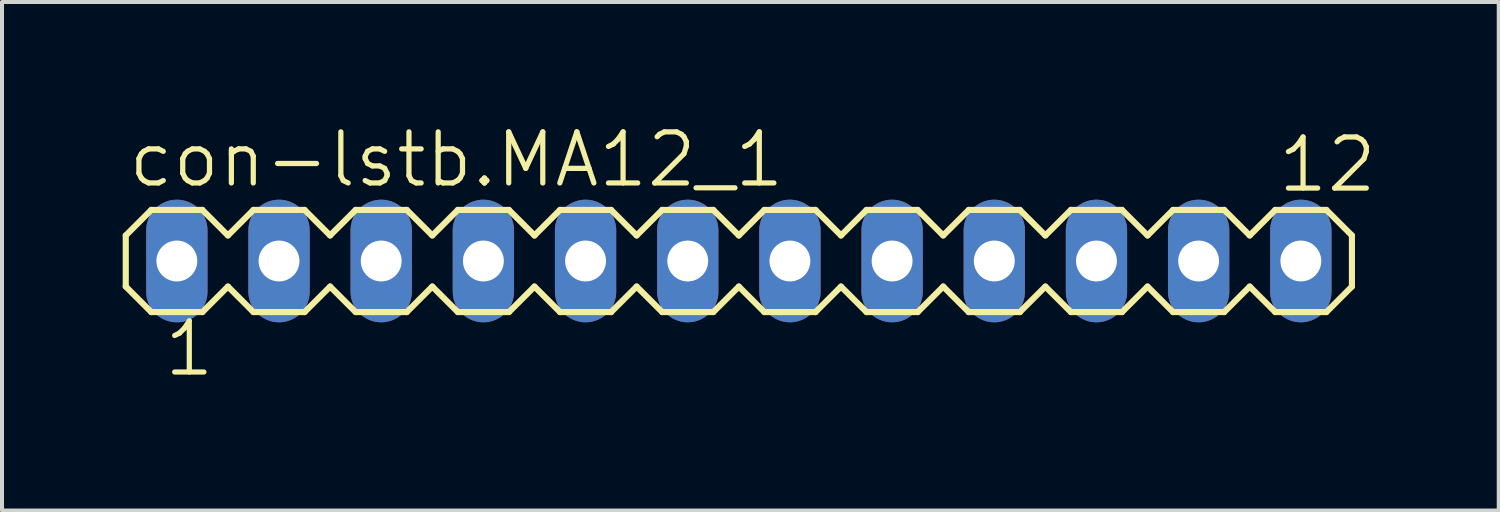
<source format=kicad_pcb>
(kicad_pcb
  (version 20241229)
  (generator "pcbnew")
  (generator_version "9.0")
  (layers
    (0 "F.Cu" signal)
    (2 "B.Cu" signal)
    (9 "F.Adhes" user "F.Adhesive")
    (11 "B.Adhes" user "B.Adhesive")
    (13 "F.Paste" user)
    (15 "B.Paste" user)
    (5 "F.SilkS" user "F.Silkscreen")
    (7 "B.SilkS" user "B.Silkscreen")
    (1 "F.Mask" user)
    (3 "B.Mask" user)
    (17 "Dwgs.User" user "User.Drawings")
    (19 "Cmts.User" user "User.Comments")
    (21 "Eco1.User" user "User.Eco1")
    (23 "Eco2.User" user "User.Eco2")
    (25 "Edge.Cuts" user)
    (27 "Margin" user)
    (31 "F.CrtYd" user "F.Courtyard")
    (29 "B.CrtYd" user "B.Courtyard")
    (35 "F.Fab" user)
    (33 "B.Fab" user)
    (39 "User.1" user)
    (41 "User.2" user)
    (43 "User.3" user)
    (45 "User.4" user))
  (footprint "con-lstb.MA12_1"
    (layer "F.Cu")
    (at 15.316 3.438)
    (property "Reference" "con-lstb.MA12_1" (at -15.24 -1.778 0) (layer "F.SilkS") (effects (font (size 1.27 1.27) (thickness 0.13)) (justify left bottom)))
    (attr through_hole)
    (fp_line (start -15.24 -0.635) (end -15.24 0.635) (stroke (width 0.152) (type default)) (layer "F.SilkS"))
    (fp_line (start -15.24 0.635) (end -14.605 1.27) (stroke (width 0.152) (type default)) (layer "F.SilkS"))
    (fp_line (start -14.605 -1.27) (end -15.24 -0.635) (stroke (width 0.152) (type default)) (layer "F.SilkS"))
    (fp_line (start -14.605 -1.27) (end -13.335 -1.27) (stroke (width 0.152) (type default)) (layer "F.SilkS"))
    (fp_line (start -13.335 -1.27) (end -12.7 -0.635) (stroke (width 0.152) (type default)) (layer "F.SilkS"))
    (fp_line (start -13.335 1.27) (end -14.605 1.27) (stroke (width 0.152) (type default)) (layer "F.SilkS"))
    (fp_line (start -12.7 -0.635) (end -12.065 -1.27) (stroke (width 0.152) (type default)) (layer "F.SilkS"))
    (fp_line (start -12.7 0.635) (end -13.335 1.27) (stroke (width 0.152) (type default)) (layer "F.SilkS"))
    (fp_line (start -12.065 -1.27) (end -10.795 -1.27) (stroke (width 0.152) (type default)) (layer "F.SilkS"))
    (fp_line (start -12.065 1.27) (end -12.7 0.635) (stroke (width 0.152) (type default)) (layer "F.SilkS"))
    (fp_line (start -10.795 -1.27) (end -10.16 -0.635) (stroke (width 0.152) (type default)) (layer "F.SilkS"))
    (fp_line (start -10.795 1.27) (end -12.065 1.27) (stroke (width 0.152) (type default)) (layer "F.SilkS"))
    (fp_line (start -10.16 -0.635) (end -9.525 -1.27) (stroke (width 0.152) (type default)) (layer "F.SilkS"))
    (fp_line (start -10.16 0.635) (end -10.795 1.27) (stroke (width 0.152) (type default)) (layer "F.SilkS"))
    (fp_line (start -9.525 -1.27) (end -8.255 -1.27) (stroke (width 0.152) (type default)) (layer "F.SilkS"))
    (fp_line (start -9.525 1.27) (end -10.16 0.635) (stroke (width 0.152) (type default)) (layer "F.SilkS"))
    (fp_line (start -8.255 -1.27) (end -7.62 -0.635) (stroke (width 0.152) (type default)) (layer "F.SilkS"))
    (fp_line (start -8.255 1.27) (end -9.525 1.27) (stroke (width 0.152) (type default)) (layer "F.SilkS"))
    (fp_line (start -7.62 0.635) (end -8.255 1.27) (stroke (width 0.152) (type default)) (layer "F.SilkS"))
    (fp_line (start -7.62 0.635) (end -6.985 1.27) (stroke (width 0.152) (type default)) (layer "F.SilkS"))
    (fp_line (start -6.985 -1.27) (end -7.62 -0.635) (stroke (width 0.152) (type default)) (layer "F.SilkS"))
    (fp_line (start -6.985 -1.27) (end -5.715 -1.27) (stroke (width 0.152) (type default)) (layer "F.SilkS"))
    (fp_line (start -5.715 -1.27) (end -5.08 -0.635) (stroke (width 0.152) (type default)) (layer "F.SilkS"))
    (fp_line (start -5.715 1.27) (end -6.985 1.27) (stroke (width 0.152) (type default)) (layer "F.SilkS"))
    (fp_line (start -5.08 -0.635) (end -4.445 -1.27) (stroke (width 0.152) (type default)) (layer "F.SilkS"))
    (fp_line (start -5.08 0.635) (end -5.715 1.27) (stroke (width 0.152) (type default)) (layer "F.SilkS"))
    (fp_line (start -4.445 -1.27) (end -3.175 -1.27) (stroke (width 0.152) (type default)) (layer "F.SilkS"))
    (fp_line (start -4.445 1.27) (end -5.08 0.635) (stroke (width 0.152) (type default)) (layer "F.SilkS"))
    (fp_line (start -3.175 -1.27) (end -2.54 -0.635) (stroke (width 0.152) (type default)) (layer "F.SilkS"))
    (fp_line (start -3.175 1.27) (end -4.445 1.27) (stroke (width 0.152) (type default)) (layer "F.SilkS"))
    (fp_line (start -2.54 -0.635) (end -1.905 -1.27) (stroke (width 0.152) (type default)) (layer "F.SilkS"))
    (fp_line (start -2.54 0.635) (end -3.175 1.27) (stroke (width 0.152) (type default)) (layer "F.SilkS"))
    (fp_line (start -1.905 -1.27) (end -0.635 -1.27) (stroke (width 0.152) (type default)) (layer "F.SilkS"))
    (fp_line (start -1.905 1.27) (end -2.54 0.635) (stroke (width 0.152) (type default)) (layer "F.SilkS"))
    (fp_line (start -0.635 -1.27) (end 0 -0.635) (stroke (width 0.152) (type default)) (layer "F.SilkS"))
    (fp_line (start -0.635 1.27) (end -1.905 1.27) (stroke (width 0.152) (type default)) (layer "F.SilkS"))
    (fp_line (start 0 0.635) (end -0.635 1.27) (stroke (width 0.152) (type default)) (layer "F.SilkS"))
    (fp_line (start 0 0.635) (end 0.635 1.27) (stroke (width 0.152) (type default)) (layer "F.SilkS"))
    (fp_line (start 0.635 -1.27) (end 0 -0.635) (stroke (width 0.152) (type default)) (layer "F.SilkS"))
    (fp_line (start 0.635 -1.27) (end 1.905 -1.27) (stroke (width 0.152) (type default)) (layer "F.SilkS"))
    (fp_line (start 1.905 -1.27) (end 2.54 -0.635) (stroke (width 0.152) (type default)) (layer "F.SilkS"))
    (fp_line (start 1.905 1.27) (end 0.635 1.27) (stroke (width 0.152) (type default)) (layer "F.SilkS"))
    (fp_line (start 2.54 -0.635) (end 3.175 -1.27) (stroke (width 0.152) (type default)) (layer "F.SilkS"))
    (fp_line (start 2.54 0.635) (end 1.905 1.27) (stroke (width 0.152) (type default)) (layer "F.SilkS"))
    (fp_line (start 3.175 -1.27) (end 4.445 -1.27) (stroke (width 0.152) (type default)) (layer "F.SilkS"))
    (fp_line (start 3.175 1.27) (end 2.54 0.635) (stroke (width 0.152) (type default)) (layer "F.SilkS"))
    (fp_line (start 4.445 -1.27) (end 5.08 -0.635) (stroke (width 0.152) (type default)) (layer "F.SilkS"))
    (fp_line (start 4.445 1.27) (end 3.175 1.27) (stroke (width 0.152) (type default)) (layer "F.SilkS"))
    (fp_line (start 5.08 -0.635) (end 5.715 -1.27) (stroke (width 0.152) (type default)) (layer "F.SilkS"))
    (fp_line (start 5.08 0.635) (end 4.445 1.27) (stroke (width 0.152) (type default)) (layer "F.SilkS"))
    (fp_line (start 5.715 -1.27) (end 6.985 -1.27) (stroke (width 0.152) (type default)) (layer "F.SilkS"))
    (fp_line (start 5.715 1.27) (end 5.08 0.635) (stroke (width 0.152) (type default)) (layer "F.SilkS"))
    (fp_line (start 6.985 -1.27) (end 7.62 -0.635) (stroke (width 0.152) (type default)) (layer "F.SilkS"))
    (fp_line (start 6.985 1.27) (end 5.715 1.27) (stroke (width 0.152) (type default)) (layer "F.SilkS"))
    (fp_line (start 7.62 0.635) (end 6.985 1.27) (stroke (width 0.152) (type default)) (layer "F.SilkS"))
    (fp_line (start 7.62 0.635) (end 8.255 1.27) (stroke (width 0.152) (type default)) (layer "F.SilkS"))
    (fp_line (start 8.255 -1.27) (end 7.62 -0.635) (stroke (width 0.152) (type default)) (layer "F.SilkS"))
    (fp_line (start 8.255 -1.27) (end 9.525 -1.27) (stroke (width 0.152) (type default)) (layer "F.SilkS"))
    (fp_line (start 9.525 -1.27) (end 10.16 -0.635) (stroke (width 0.152) (type default)) (layer "F.SilkS"))
    (fp_line (start 9.525 1.27) (end 8.255 1.27) (stroke (width 0.152) (type default)) (layer "F.SilkS"))
    (fp_line (start 10.16 -0.635) (end 10.795 -1.27) (stroke (width 0.152) (type default)) (layer "F.SilkS"))
    (fp_line (start 10.16 0.635) (end 9.525 1.27) (stroke (width 0.152) (type default)) (layer "F.SilkS"))
    (fp_line (start 10.795 -1.27) (end 12.065 -1.27) (stroke (width 0.152) (type default)) (layer "F.SilkS"))
    (fp_line (start 10.795 1.27) (end 10.16 0.635) (stroke (width 0.152) (type default)) (layer "F.SilkS"))
    (fp_line (start 12.065 -1.27) (end 12.7 -0.635) (stroke (width 0.152) (type default)) (layer "F.SilkS"))
    (fp_line (start 12.065 1.27) (end 10.795 1.27) (stroke (width 0.152) (type default)) (layer "F.SilkS"))
    (fp_line (start 12.7 -0.635) (end 13.335 -1.27) (stroke (width 0.152) (type default)) (layer "F.SilkS"))
    (fp_line (start 12.7 0.635) (end 12.065 1.27) (stroke (width 0.152) (type default)) (layer "F.SilkS"))
    (fp_line (start 13.335 -1.27) (end 14.605 -1.27) (stroke (width 0.152) (type default)) (layer "F.SilkS"))
    (fp_line (start 13.335 1.27) (end 12.7 0.635) (stroke (width 0.152) (type default)) (layer "F.SilkS"))
    (fp_line (start 14.605 -1.27) (end 15.24 -0.635) (stroke (width 0.152) (type default)) (layer "F.SilkS"))
    (fp_line (start 14.605 1.27) (end 13.335 1.27) (stroke (width 0.152) (type default)) (layer "F.SilkS"))
    (fp_line (start 15.24 -0.635) (end 15.24 0.635) (stroke (width 0.152) (type default)) (layer "F.SilkS"))
    (fp_line (start 15.24 0.635) (end 14.605 1.27) (stroke (width 0.152) (type default)) (layer "F.SilkS"))
    (fp_rect (start -14.224 0.254) (end -13.716 -0.254) (stroke (width 0.05) (type default)) (fill no) (layer "F.Fab"))
    (fp_rect (start -11.684 0.254) (end -11.176 -0.254) (stroke (width 0.05) (type default)) (fill no) (layer "F.Fab"))
    (fp_rect (start -9.144 0.254) (end -8.636 -0.254) (stroke (width 0.05) (type default)) (fill no) (layer "F.Fab"))
    (fp_rect (start -6.604 0.254) (end -6.096 -0.254) (stroke (width 0.05) (type default)) (fill no) (layer "F.Fab"))
    (fp_rect (start -4.064 0.254) (end -3.556 -0.254) (stroke (width 0.05) (type default)) (fill no) (layer "F.Fab"))
    (fp_rect (start -1.524 0.254) (end -1.016 -0.254) (stroke (width 0.05) (type default)) (fill no) (layer "F.Fab"))
    (fp_rect (start 1.016 0.254) (end 1.524 -0.254) (stroke (width 0.05) (type default)) (fill no) (layer "F.Fab"))
    (fp_rect (start 3.556 0.254) (end 4.064 -0.254) (stroke (width 0.05) (type default)) (fill no) (layer "F.Fab"))
    (fp_rect (start 6.096 0.254) (end 6.604 -0.254) (stroke (width 0.05) (type default)) (fill no) (layer "F.Fab"))
    (fp_rect (start 8.636 0.254) (end 9.144 -0.254) (stroke (width 0.05) (type default)) (fill no) (layer "F.Fab"))
    (fp_rect (start 11.176 0.254) (end 11.684 -0.254) (stroke (width 0.05) (type default)) (fill no) (layer "F.Fab"))
    (fp_rect (start 13.716 0.254) (end 14.224 -0.254) (stroke (width 0.05) (type default)) (fill no) (layer "F.Fab"))
    (fp_text user "1" (at -14.351 2.921 0) (layer "F.SilkS") (effects (font (size 1.27 1.27) (thickness 0.13)) (justify left bottom)))
    (fp_text user "12" (at 13.335 -1.651 0) (layer "F.SilkS") (effects (font (size 1.27 1.27) (thickness 0.13)) (justify left bottom)))
    (pad "1" thru_hole oval (at -13.97 0 90) (size 3.048 1.524) (drill 1.016) (layers "*.Cu" "*.Mask"))
    (pad "2" thru_hole oval (at -11.43 0 90) (size 3.048 1.524) (drill 1.016) (layers "*.Cu" "*.Mask"))
    (pad "3" thru_hole oval (at -8.89 0 90) (size 3.048 1.524) (drill 1.016) (layers "*.Cu" "*.Mask"))
    (pad "4" thru_hole oval (at -6.35 0 90) (size 3.048 1.524) (drill 1.016) (layers "*.Cu" "*.Mask"))
    (pad "5" thru_hole oval (at -3.81 0 90) (size 3.048 1.524) (drill 1.016) (layers "*.Cu" "*.Mask"))
    (pad "6" thru_hole oval (at -1.27 0 90) (size 3.048 1.524) (drill 1.016) (layers "*.Cu" "*.Mask"))
    (pad "7" thru_hole oval (at 1.27 0 90) (size 3.048 1.524) (drill 1.016) (layers "*.Cu" "*.Mask"))
    (pad "8" thru_hole oval (at 3.81 0 90) (size 3.048 1.524) (drill 1.016) (layers "*.Cu" "*.Mask"))
    (pad "9" thru_hole oval (at 6.35 0 90) (size 3.048 1.524) (drill 1.016) (layers "*.Cu" "*.Mask"))
    (pad "10" thru_hole oval (at 8.89 0 90) (size 3.048 1.524) (drill 1.016) (layers "*.Cu" "*.Mask"))
    (pad "11" thru_hole oval (at 11.43 0 90) (size 3.048 1.524) (drill 1.016) (layers "*.Cu" "*.Mask"))
    (pad "12" thru_hole oval (at 13.97 0 90) (size 3.048 1.524) (drill 1.016) (layers "*.Cu" "*.Mask")))
  (gr_rect
    (start -3 -3)
    (end 34.206 9.641)
    (stroke (width 0.1) (type default))
    (fill no)
    (layer "Edge.Cuts")))
</source>
